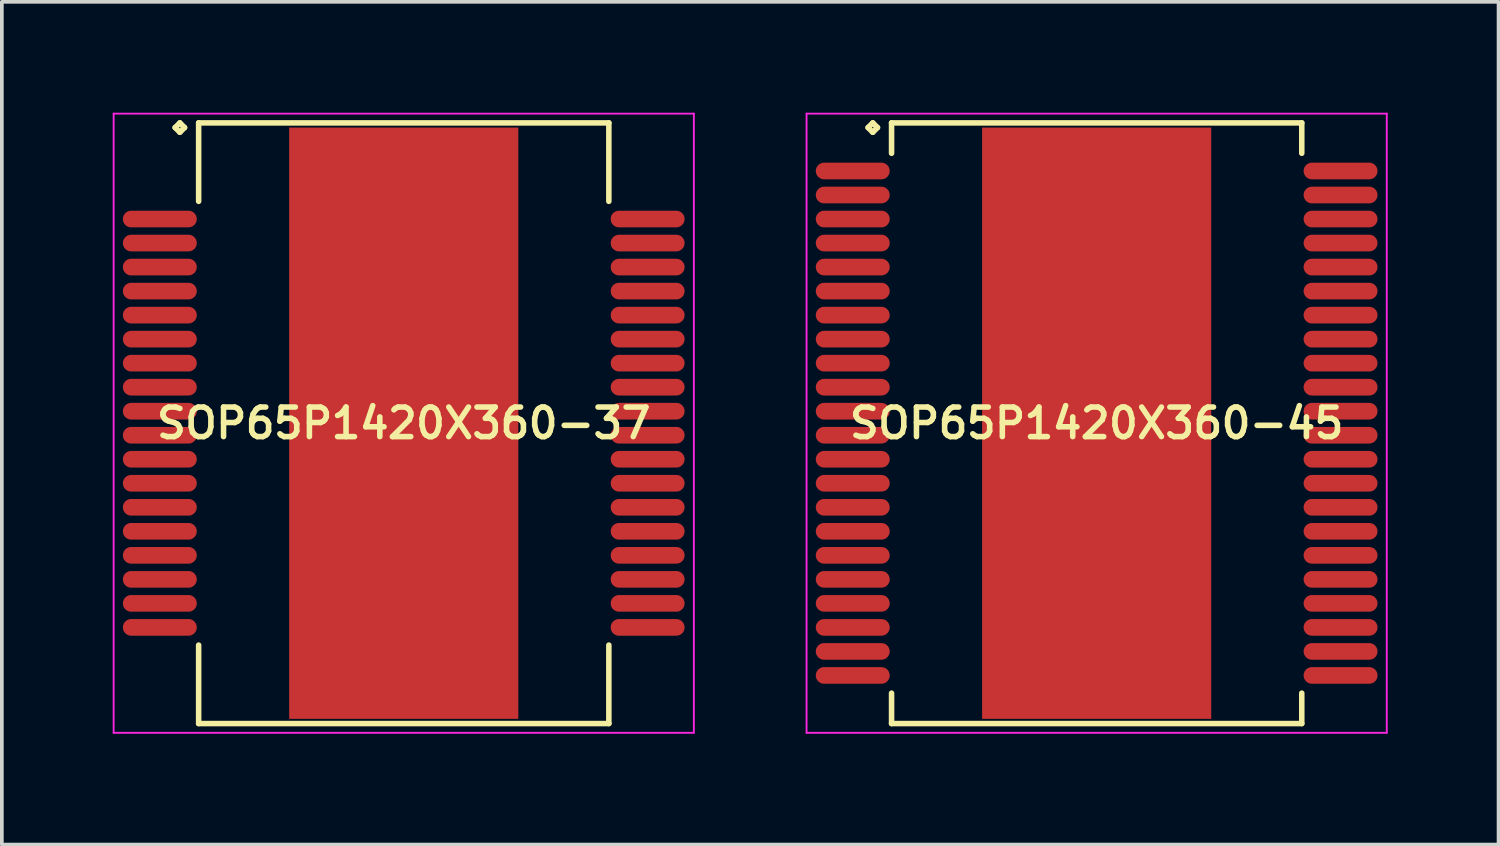
<source format=kicad_pcb>
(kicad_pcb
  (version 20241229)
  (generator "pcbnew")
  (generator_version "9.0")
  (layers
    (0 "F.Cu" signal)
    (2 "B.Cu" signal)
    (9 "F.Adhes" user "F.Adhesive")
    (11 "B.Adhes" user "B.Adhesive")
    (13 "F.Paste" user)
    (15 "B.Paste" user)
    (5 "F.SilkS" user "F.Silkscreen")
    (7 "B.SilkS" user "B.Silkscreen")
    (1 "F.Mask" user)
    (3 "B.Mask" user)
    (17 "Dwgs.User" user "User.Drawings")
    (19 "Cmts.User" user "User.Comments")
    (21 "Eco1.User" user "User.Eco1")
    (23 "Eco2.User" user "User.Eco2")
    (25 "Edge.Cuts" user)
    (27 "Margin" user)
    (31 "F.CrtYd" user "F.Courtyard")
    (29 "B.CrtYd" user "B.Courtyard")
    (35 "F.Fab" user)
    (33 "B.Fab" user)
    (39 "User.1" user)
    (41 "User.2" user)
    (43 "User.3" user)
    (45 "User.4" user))
  (footprint "SOP65P1420X360-45"
    (layer "F.Cu")
    (at 26.625 8.402)
    (property "Reference" "SOP65P1420X360-45" (at 0 0 0) (layer "F.SilkS") (effects (font (size 0.8 0.8) (thickness 0.15))))
    (attr smd)
    (fp_line (start -6.185 -8) (end -6.058 -8.127) (stroke (width 0.15) (type solid)) (layer "F.SilkS"))
    (fp_line (start -6.058 -8.127) (end -5.931 -8) (stroke (width 0.15) (type solid)) (layer "F.SilkS"))
    (fp_line (start -6.058 -7.873) (end -6.185 -8) (stroke (width 0.15) (type solid)) (layer "F.SilkS"))
    (fp_line (start -5.931 -8) (end -6.058 -7.873) (stroke (width 0.15) (type solid)) (layer "F.SilkS"))
    (fp_line (start -5.55 -8.127) (end 5.55 -8.127) (stroke (width 0.15) (type solid)) (layer "F.SilkS"))
    (fp_line (start -5.55 -7.304) (end -5.55 -8.127) (stroke (width 0.15) (type solid)) (layer "F.SilkS"))
    (fp_line (start -5.55 7.304) (end -5.55 8.127) (stroke (width 0.15) (type solid)) (layer "F.SilkS"))
    (fp_line (start -5.55 8.127) (end 5.55 8.127) (stroke (width 0.15) (type solid)) (layer "F.SilkS"))
    (fp_line (start 5.55 -8.127) (end 5.55 -7.304) (stroke (width 0.15) (type solid)) (layer "F.SilkS"))
    (fp_line (start 5.55 8.127) (end 5.55 7.304) (stroke (width 0.15) (type solid)) (layer "F.SilkS"))
    (fp_line (start -7.85 -8.377) (end 7.85 -8.377) (stroke (width 0.05) (type solid)) (layer "F.CrtYd"))
    (fp_line (start -7.85 8.377) (end -7.85 -8.377) (stroke (width 0.05) (type solid)) (layer "F.CrtYd"))
    (fp_line (start 7.85 -8.377) (end 7.85 8.377) (stroke (width 0.05) (type solid)) (layer "F.CrtYd"))
    (fp_line (start 7.85 8.377) (end -7.85 8.377) (stroke (width 0.05) (type solid)) (layer "F.CrtYd"))
    (pad "1" smd oval (at -6.6 -6.825) (size 2 0.45) (layers "F.Cu" "F.Mask" "F.Paste"))
    (pad "2" smd oval (at -6.6 -6.175) (size 2 0.45) (layers "F.Cu" "F.Mask" "F.Paste"))
    (pad "3" smd oval (at -6.6 -5.525) (size 2 0.45) (layers "F.Cu" "F.Mask" "F.Paste"))
    (pad "4" smd oval (at -6.6 -4.875) (size 2 0.45) (layers "F.Cu" "F.Mask" "F.Paste"))
    (pad "5" smd oval (at -6.6 -4.225) (size 2 0.45) (layers "F.Cu" "F.Mask" "F.Paste"))
    (pad "6" smd oval (at -6.6 -3.575) (size 2 0.45) (layers "F.Cu" "F.Mask" "F.Paste"))
    (pad "7" smd oval (at -6.6 -2.925) (size 2 0.45) (layers "F.Cu" "F.Mask" "F.Paste"))
    (pad "8" smd oval (at -6.6 -2.275) (size 2 0.45) (layers "F.Cu" "F.Mask" "F.Paste"))
    (pad "9" smd oval (at -6.6 -1.625) (size 2 0.45) (layers "F.Cu" "F.Mask" "F.Paste"))
    (pad "10" smd oval (at -6.6 -0.975) (size 2 0.45) (layers "F.Cu" "F.Mask" "F.Paste"))
    (pad "11" smd oval (at -6.6 -0.325) (size 2 0.45) (layers "F.Cu" "F.Mask" "F.Paste"))
    (pad "12" smd oval (at -6.6 0.325) (size 2 0.45) (layers "F.Cu" "F.Mask" "F.Paste"))
    (pad "13" smd oval (at -6.6 0.975) (size 2 0.45) (layers "F.Cu" "F.Mask" "F.Paste"))
    (pad "14" smd oval (at -6.6 1.625) (size 2 0.45) (layers "F.Cu" "F.Mask" "F.Paste"))
    (pad "15" smd oval (at -6.6 2.275) (size 2 0.45) (layers "F.Cu" "F.Mask" "F.Paste"))
    (pad "16" smd oval (at -6.6 2.925) (size 2 0.45) (layers "F.Cu" "F.Mask" "F.Paste"))
    (pad "17" smd oval (at -6.6 3.575) (size 2 0.45) (layers "F.Cu" "F.Mask" "F.Paste"))
    (pad "18" smd oval (at -6.6 4.225) (size 2 0.45) (layers "F.Cu" "F.Mask" "F.Paste"))
    (pad "19" smd oval (at -6.6 4.875) (size 2 0.45) (layers "F.Cu" "F.Mask" "F.Paste"))
    (pad "20" smd oval (at -6.6 5.525) (size 2 0.45) (layers "F.Cu" "F.Mask" "F.Paste"))
    (pad "21" smd oval (at -6.6 6.175) (size 2 0.45) (layers "F.Cu" "F.Mask" "F.Paste"))
    (pad "22" smd oval (at -6.6 6.825) (size 2 0.45) (layers "F.Cu" "F.Mask" "F.Paste"))
    (pad "23" smd oval (at 6.6 6.825) (size 2 0.45) (layers "F.Cu" "F.Mask" "F.Paste"))
    (pad "24" smd oval (at 6.6 6.175) (size 2 0.45) (layers "F.Cu" "F.Mask" "F.Paste"))
    (pad "25" smd oval (at 6.6 5.525) (size 2 0.45) (layers "F.Cu" "F.Mask" "F.Paste"))
    (pad "26" smd oval (at 6.6 4.875) (size 2 0.45) (layers "F.Cu" "F.Mask" "F.Paste"))
    (pad "27" smd oval (at 6.6 4.225) (size 2 0.45) (layers "F.Cu" "F.Mask" "F.Paste"))
    (pad "28" smd oval (at 6.6 3.575) (size 2 0.45) (layers "F.Cu" "F.Mask" "F.Paste"))
    (pad "29" smd oval (at 6.6 2.925) (size 2 0.45) (layers "F.Cu" "F.Mask" "F.Paste"))
    (pad "30" smd oval (at 6.6 2.275) (size 2 0.45) (layers "F.Cu" "F.Mask" "F.Paste"))
    (pad "31" smd oval (at 6.6 1.625) (size 2 0.45) (layers "F.Cu" "F.Mask" "F.Paste"))
    (pad "32" smd oval (at 6.6 0.975) (size 2 0.45) (layers "F.Cu" "F.Mask" "F.Paste"))
    (pad "33" smd oval (at 6.6 0.325) (size 2 0.45) (layers "F.Cu" "F.Mask" "F.Paste"))
    (pad "34" smd oval (at 6.6 -0.325) (size 2 0.45) (layers "F.Cu" "F.Mask" "F.Paste"))
    (pad "35" smd oval (at 6.6 -0.975) (size 2 0.45) (layers "F.Cu" "F.Mask" "F.Paste"))
    (pad "36" smd oval (at 6.6 -1.625) (size 2 0.45) (layers "F.Cu" "F.Mask" "F.Paste"))
    (pad "37" smd oval (at 6.6 -2.275) (size 2 0.45) (layers "F.Cu" "F.Mask" "F.Paste"))
    (pad "38" smd oval (at 6.6 -2.925) (size 2 0.45) (layers "F.Cu" "F.Mask" "F.Paste"))
    (pad "39" smd oval (at 6.6 -3.575) (size 2 0.45) (layers "F.Cu" "F.Mask" "F.Paste"))
    (pad "40" smd oval (at 6.6 -4.225) (size 2 0.45) (layers "F.Cu" "F.Mask" "F.Paste"))
    (pad "41" smd oval (at 6.6 -4.875) (size 2 0.45) (layers "F.Cu" "F.Mask" "F.Paste"))
    (pad "42" smd oval (at 6.6 -5.525) (size 2 0.45) (layers "F.Cu" "F.Mask" "F.Paste"))
    (pad "43" smd oval (at 6.6 -6.175) (size 2 0.45) (layers "F.Cu" "F.Mask" "F.Paste"))
    (pad "44" smd oval (at 6.6 -6.825) (size 2 0.45) (layers "F.Cu" "F.Mask" "F.Paste"))
    (pad "45" smd rect (at 0 0) (size 6.2 16) (layers "F.Cu" "F.Mask" "F.Paste")))
  (footprint "SOP65P1420X360-37"
    (layer "F.Cu")
    (at 7.875 8.402)
    (property "Reference" "SOP65P1420X360-37" (at 0 0 0) (layer "F.SilkS") (effects (font (size 0.8 0.8) (thickness 0.15))))
    (attr smd)
    (fp_line (start -6.185 -8) (end -6.058 -8.127) (stroke (width 0.15) (type solid)) (layer "F.SilkS"))
    (fp_line (start -6.058 -8.127) (end -5.931 -8) (stroke (width 0.15) (type solid)) (layer "F.SilkS"))
    (fp_line (start -6.058 -7.873) (end -6.185 -8) (stroke (width 0.15) (type solid)) (layer "F.SilkS"))
    (fp_line (start -5.931 -8) (end -6.058 -7.873) (stroke (width 0.15) (type solid)) (layer "F.SilkS"))
    (fp_line (start -5.55 -8.127) (end 5.55 -8.127) (stroke (width 0.15) (type solid)) (layer "F.SilkS"))
    (fp_line (start -5.55 -6.004) (end -5.55 -8.127) (stroke (width 0.15) (type solid)) (layer "F.SilkS"))
    (fp_line (start -5.55 6.004) (end -5.55 8.127) (stroke (width 0.15) (type solid)) (layer "F.SilkS"))
    (fp_line (start -5.55 8.127) (end 5.55 8.127) (stroke (width 0.15) (type solid)) (layer "F.SilkS"))
    (fp_line (start 5.55 -8.127) (end 5.55 -6.004) (stroke (width 0.15) (type solid)) (layer "F.SilkS"))
    (fp_line (start 5.55 8.127) (end 5.55 6.004) (stroke (width 0.15) (type solid)) (layer "F.SilkS"))
    (fp_line (start -7.85 -8.377) (end 7.85 -8.377) (stroke (width 0.05) (type solid)) (layer "F.CrtYd"))
    (fp_line (start -7.85 8.377) (end -7.85 -8.377) (stroke (width 0.05) (type solid)) (layer "F.CrtYd"))
    (fp_line (start 7.85 -8.377) (end 7.85 8.377) (stroke (width 0.05) (type solid)) (layer "F.CrtYd"))
    (fp_line (start 7.85 8.377) (end -7.85 8.377) (stroke (width 0.05) (type solid)) (layer "F.CrtYd"))
    (pad "1" smd oval (at -6.6 -5.525) (size 2 0.45) (layers "F.Cu" "F.Mask" "F.Paste"))
    (pad "2" smd oval (at -6.6 -4.875) (size 2 0.45) (layers "F.Cu" "F.Mask" "F.Paste"))
    (pad "3" smd oval (at -6.6 -4.225) (size 2 0.45) (layers "F.Cu" "F.Mask" "F.Paste"))
    (pad "4" smd oval (at -6.6 -3.575) (size 2 0.45) (layers "F.Cu" "F.Mask" "F.Paste"))
    (pad "5" smd oval (at -6.6 -2.925) (size 2 0.45) (layers "F.Cu" "F.Mask" "F.Paste"))
    (pad "6" smd oval (at -6.6 -2.275) (size 2 0.45) (layers "F.Cu" "F.Mask" "F.Paste"))
    (pad "7" smd oval (at -6.6 -1.625) (size 2 0.45) (layers "F.Cu" "F.Mask" "F.Paste"))
    (pad "8" smd oval (at -6.6 -0.975) (size 2 0.45) (layers "F.Cu" "F.Mask" "F.Paste"))
    (pad "9" smd oval (at -6.6 -0.325) (size 2 0.45) (layers "F.Cu" "F.Mask" "F.Paste"))
    (pad "10" smd oval (at -6.6 0.325) (size 2 0.45) (layers "F.Cu" "F.Mask" "F.Paste"))
    (pad "11" smd oval (at -6.6 0.975) (size 2 0.45) (layers "F.Cu" "F.Mask" "F.Paste"))
    (pad "12" smd oval (at -6.6 1.625) (size 2 0.45) (layers "F.Cu" "F.Mask" "F.Paste"))
    (pad "13" smd oval (at -6.6 2.275) (size 2 0.45) (layers "F.Cu" "F.Mask" "F.Paste"))
    (pad "14" smd oval (at -6.6 2.925) (size 2 0.45) (layers "F.Cu" "F.Mask" "F.Paste"))
    (pad "15" smd oval (at -6.6 3.575) (size 2 0.45) (layers "F.Cu" "F.Mask" "F.Paste"))
    (pad "16" smd oval (at -6.6 4.225) (size 2 0.45) (layers "F.Cu" "F.Mask" "F.Paste"))
    (pad "17" smd oval (at -6.6 4.875) (size 2 0.45) (layers "F.Cu" "F.Mask" "F.Paste"))
    (pad "18" smd oval (at -6.6 5.525) (size 2 0.45) (layers "F.Cu" "F.Mask" "F.Paste"))
    (pad "19" smd oval (at 6.6 5.525) (size 2 0.45) (layers "F.Cu" "F.Mask" "F.Paste"))
    (pad "20" smd oval (at 6.6 4.875) (size 2 0.45) (layers "F.Cu" "F.Mask" "F.Paste"))
    (pad "21" smd oval (at 6.6 4.225) (size 2 0.45) (layers "F.Cu" "F.Mask" "F.Paste"))
    (pad "22" smd oval (at 6.6 3.575) (size 2 0.45) (layers "F.Cu" "F.Mask" "F.Paste"))
    (pad "23" smd oval (at 6.6 2.925) (size 2 0.45) (layers "F.Cu" "F.Mask" "F.Paste"))
    (pad "24" smd oval (at 6.6 2.275) (size 2 0.45) (layers "F.Cu" "F.Mask" "F.Paste"))
    (pad "25" smd oval (at 6.6 1.625) (size 2 0.45) (layers "F.Cu" "F.Mask" "F.Paste"))
    (pad "26" smd oval (at 6.6 0.975) (size 2 0.45) (layers "F.Cu" "F.Mask" "F.Paste"))
    (pad "27" smd oval (at 6.6 0.325) (size 2 0.45) (layers "F.Cu" "F.Mask" "F.Paste"))
    (pad "28" smd oval (at 6.6 -0.325) (size 2 0.45) (layers "F.Cu" "F.Mask" "F.Paste"))
    (pad "29" smd oval (at 6.6 -0.975) (size 2 0.45) (layers "F.Cu" "F.Mask" "F.Paste"))
    (pad "30" smd oval (at 6.6 -1.625) (size 2 0.45) (layers "F.Cu" "F.Mask" "F.Paste"))
    (pad "31" smd oval (at 6.6 -2.275) (size 2 0.45) (layers "F.Cu" "F.Mask" "F.Paste"))
    (pad "32" smd oval (at 6.6 -2.925) (size 2 0.45) (layers "F.Cu" "F.Mask" "F.Paste"))
    (pad "33" smd oval (at 6.6 -3.575) (size 2 0.45) (layers "F.Cu" "F.Mask" "F.Paste"))
    (pad "34" smd oval (at 6.6 -4.225) (size 2 0.45) (layers "F.Cu" "F.Mask" "F.Paste"))
    (pad "35" smd oval (at 6.6 -4.875) (size 2 0.45) (layers "F.Cu" "F.Mask" "F.Paste"))
    (pad "36" smd oval (at 6.6 -5.525) (size 2 0.45) (layers "F.Cu" "F.Mask" "F.Paste"))
    (pad "37" smd rect (at 0 0) (size 6.2 16) (layers "F.Cu" "F.Mask" "F.Paste")))
  (gr_rect
    (start -3 -3)
    (end 37.5 19.804)
    (stroke (width 0.1) (type default))
    (fill no)
    (layer "Edge.Cuts")))
</source>
